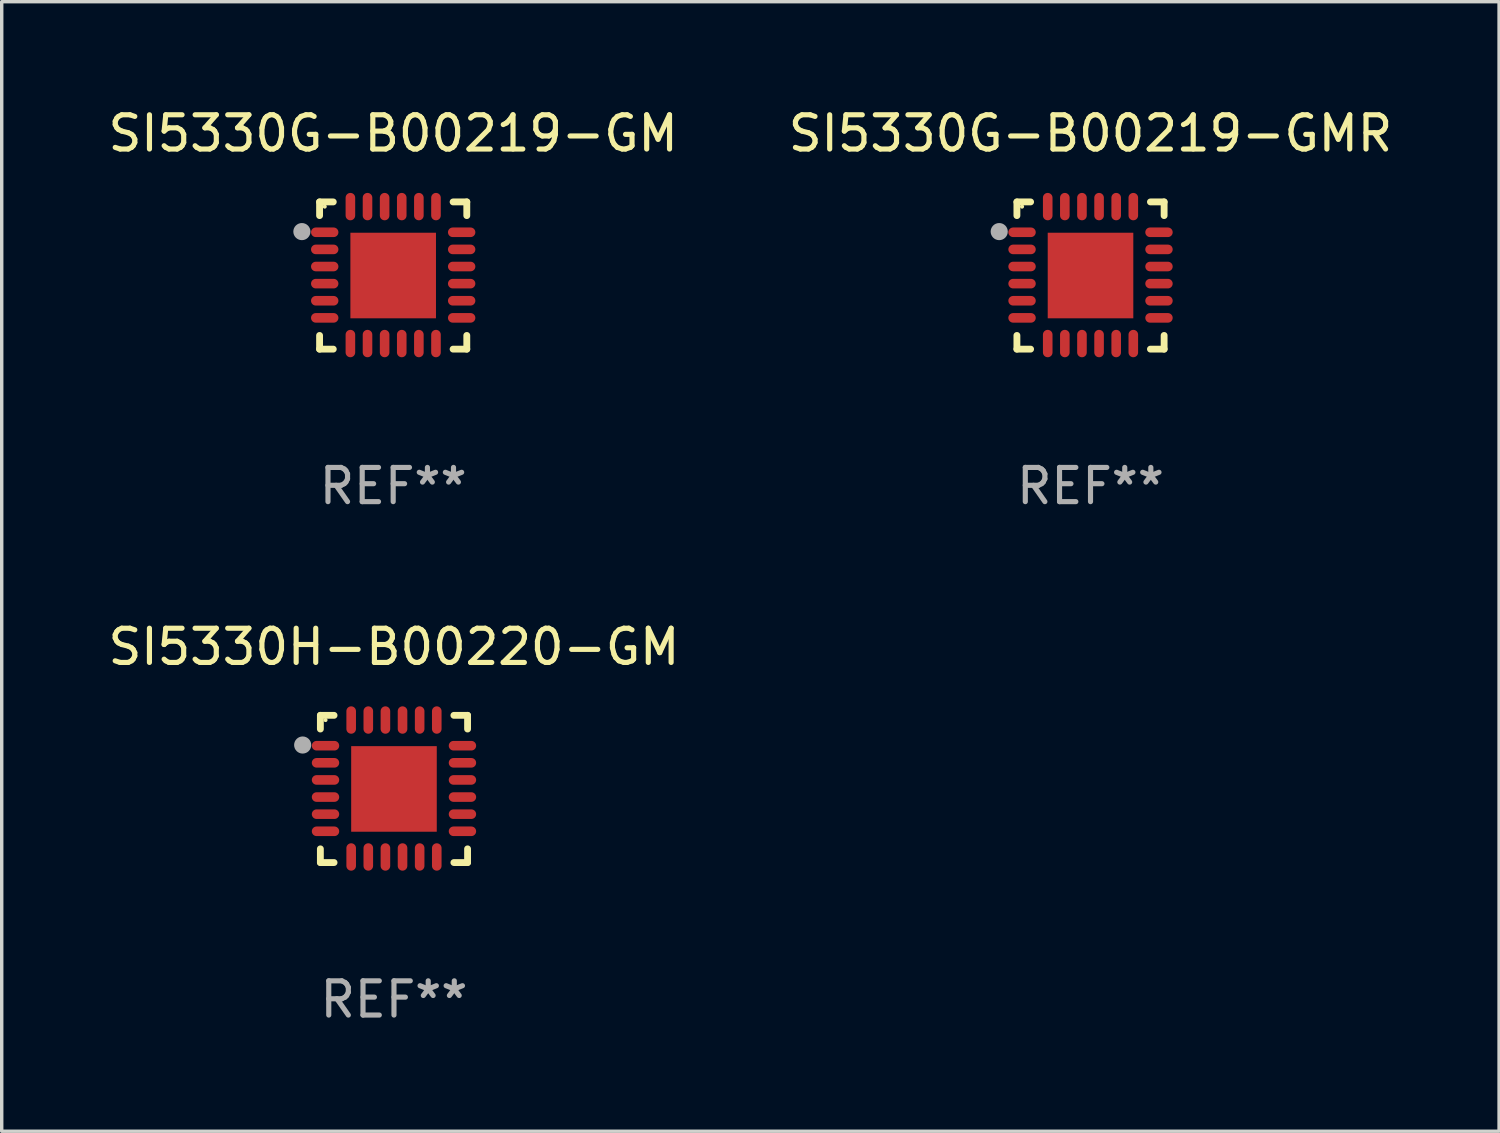
<source format=kicad_pcb>
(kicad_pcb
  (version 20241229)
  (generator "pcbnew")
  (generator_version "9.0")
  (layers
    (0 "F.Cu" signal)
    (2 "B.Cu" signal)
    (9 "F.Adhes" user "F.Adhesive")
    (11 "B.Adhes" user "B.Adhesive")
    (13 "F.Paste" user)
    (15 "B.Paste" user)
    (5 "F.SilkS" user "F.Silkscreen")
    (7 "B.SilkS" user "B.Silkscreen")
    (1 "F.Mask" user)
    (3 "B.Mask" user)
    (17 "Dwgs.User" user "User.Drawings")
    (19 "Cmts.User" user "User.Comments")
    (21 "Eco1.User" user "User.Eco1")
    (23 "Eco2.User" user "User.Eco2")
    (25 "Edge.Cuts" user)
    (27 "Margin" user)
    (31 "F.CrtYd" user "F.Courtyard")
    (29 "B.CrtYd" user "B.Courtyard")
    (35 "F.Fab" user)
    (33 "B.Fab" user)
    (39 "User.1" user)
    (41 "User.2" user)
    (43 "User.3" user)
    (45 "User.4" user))
  (footprint "SI5330H-B00220-GM"
    (layer "F.Cu")
    (at 8.458 19.995)
    (property "Reference" "SI5330H-B00220-GM" (at 0 -4.15 0) (layer "F.SilkS") (effects (font (size 1 1) (thickness 0.15))))
    (attr through_hole)
    (fp_line (start -2.15 -2.15) (end -1.75 -2.15) (stroke (width 0.2) (type solid)) (layer "F.SilkS"))
    (fp_line (start -2.15 -1.75) (end -2.15 -2.15) (stroke (width 0.2) (type solid)) (layer "F.SilkS"))
    (fp_line (start -2.15 2.15) (end -2.15 1.75) (stroke (width 0.2) (type solid)) (layer "F.SilkS"))
    (fp_line (start -1.75 2.15) (end -2.15 2.15) (stroke (width 0.2) (type solid)) (layer "F.SilkS"))
    (fp_line (start 1.75 -2.15) (end 2.15 -2.15) (stroke (width 0.2) (type solid)) (layer "F.SilkS"))
    (fp_line (start 1.75 2.15) (end 2.15 2.15) (stroke (width 0.2) (type solid)) (layer "F.SilkS"))
    (fp_line (start 2.15 -2.15) (end 2.15 -1.75) (stroke (width 0.2) (type solid)) (layer "F.SilkS"))
    (fp_line (start 2.15 2.15) (end 2.15 1.75) (stroke (width 0.2) (type solid)) (layer "F.SilkS"))
    (fp_circle (center -2 -2.013) (end -1.97 -2.013) (stroke (width 0.06) (type solid)) (fill no) (layer "F.SilkS"))
    (fp_circle (center -2.667 -1.283) (end -2.542 -1.283) (stroke (width 0.25) (type solid)) (fill no) (layer "F.Fab"))
    (fp_text user "REF**" (at 0 6.15 0) (layer "F.Fab") (effects (font (size 1 1) (thickness 0.15))))
    (pad "1" smd oval (at -2 -1.263) (size 0.8 0.28) (layers "F.Cu" "F.Mask" "F.Paste"))
    (pad "2" smd oval (at -2 -0.763) (size 0.8 0.28) (layers "F.Cu" "F.Mask" "F.Paste"))
    (pad "3" smd oval (at -2 -0.263) (size 0.8 0.28) (layers "F.Cu" "F.Mask" "F.Paste"))
    (pad "4" smd oval (at -2 0.237) (size 0.8 0.28) (layers "F.Cu" "F.Mask" "F.Paste"))
    (pad "5" smd oval (at -2 0.737) (size 0.8 0.28) (layers "F.Cu" "F.Mask" "F.Paste"))
    (pad "6" smd oval (at -2 1.237) (size 0.8 0.28) (layers "F.Cu" "F.Mask" "F.Paste"))
    (pad "7" smd oval (at -1.25 1.987) (size 0.28 0.8) (layers "F.Cu" "F.Mask" "F.Paste"))
    (pad "8" smd oval (at -0.75 1.987) (size 0.28 0.8) (layers "F.Cu" "F.Mask" "F.Paste"))
    (pad "9" smd oval (at -0.25 1.987) (size 0.28 0.8) (layers "F.Cu" "F.Mask" "F.Paste"))
    (pad "10" smd oval (at 0.25 1.987) (size 0.28 0.8) (layers "F.Cu" "F.Mask" "F.Paste"))
    (pad "11" smd oval (at 0.75 1.987) (size 0.28 0.8) (layers "F.Cu" "F.Mask" "F.Paste"))
    (pad "12" smd oval (at 1.25 1.987) (size 0.28 0.8) (layers "F.Cu" "F.Mask" "F.Paste"))
    (pad "13" smd oval (at 2 1.237) (size 0.8 0.28) (layers "F.Cu" "F.Mask" "F.Paste"))
    (pad "14" smd oval (at 2 0.737) (size 0.8 0.28) (layers "F.Cu" "F.Mask" "F.Paste"))
    (pad "15" smd oval (at 2 0.237) (size 0.8 0.28) (layers "F.Cu" "F.Mask" "F.Paste"))
    (pad "16" smd oval (at 2 -0.263) (size 0.8 0.28) (layers "F.Cu" "F.Mask" "F.Paste"))
    (pad "17" smd oval (at 2 -0.763) (size 0.8 0.28) (layers "F.Cu" "F.Mask" "F.Paste"))
    (pad "18" smd oval (at 2 -1.263) (size 0.8 0.28) (layers "F.Cu" "F.Mask" "F.Paste"))
    (pad "19" smd oval (at 1.25 -2.013) (size 0.28 0.8) (layers "F.Cu" "F.Mask" "F.Paste"))
    (pad "20" smd oval (at 0.75 -2.013) (size 0.28 0.8) (layers "F.Cu" "F.Mask" "F.Paste"))
    (pad "21" smd oval (at 0.25 -2.013) (size 0.28 0.8) (layers "F.Cu" "F.Mask" "F.Paste"))
    (pad "22" smd oval (at -0.25 -2.013) (size 0.28 0.8) (layers "F.Cu" "F.Mask" "F.Paste"))
    (pad "23" smd oval (at -0.75 -2.013) (size 0.28 0.8) (layers "F.Cu" "F.Mask" "F.Paste"))
    (pad "24" smd oval (at -1.25 -2.013) (size 0.28 0.8) (layers "F.Cu" "F.Mask" "F.Paste"))
    (pad "25" smd rect (at -0.000127 -0.00014) (size 2.5 2.5) (layers "F.Cu" "F.Mask" "F.Paste")))
  (footprint "SI5330G-B00219-GMR"
    (layer "F.Cu")
    (at 28.804 4.998)
    (property "Reference" "SI5330G-B00219-GMR" (at 0 -4.15 0) (layer "F.SilkS") (effects (font (size 1 1) (thickness 0.15))))
    (attr through_hole)
    (fp_line (start -2.15 -2.15) (end -1.75 -2.15) (stroke (width 0.2) (type solid)) (layer "F.SilkS"))
    (fp_line (start -2.15 -1.75) (end -2.15 -2.15) (stroke (width 0.2) (type solid)) (layer "F.SilkS"))
    (fp_line (start -2.15 2.15) (end -2.15 1.75) (stroke (width 0.2) (type solid)) (layer "F.SilkS"))
    (fp_line (start -1.75 2.15) (end -2.15 2.15) (stroke (width 0.2) (type solid)) (layer "F.SilkS"))
    (fp_line (start 1.75 -2.15) (end 2.15 -2.15) (stroke (width 0.2) (type solid)) (layer "F.SilkS"))
    (fp_line (start 1.75 2.15) (end 2.15 2.15) (stroke (width 0.2) (type solid)) (layer "F.SilkS"))
    (fp_line (start 2.15 -2.15) (end 2.15 -1.75) (stroke (width 0.2) (type solid)) (layer "F.SilkS"))
    (fp_line (start 2.15 2.15) (end 2.15 1.75) (stroke (width 0.2) (type solid)) (layer "F.SilkS"))
    (fp_circle (center -2 -2.013) (end -1.97 -2.013) (stroke (width 0.06) (type solid)) (fill no) (layer "F.SilkS"))
    (fp_circle (center -2.667 -1.283) (end -2.542 -1.283) (stroke (width 0.25) (type solid)) (fill no) (layer "F.Fab"))
    (fp_text user "REF**" (at 0 6.15 0) (layer "F.Fab") (effects (font (size 1 1) (thickness 0.15))))
    (pad "1" smd oval (at -2 -1.263) (size 0.8 0.28) (layers "F.Cu" "F.Mask" "F.Paste"))
    (pad "2" smd oval (at -2 -0.763) (size 0.8 0.28) (layers "F.Cu" "F.Mask" "F.Paste"))
    (pad "3" smd oval (at -2 -0.263) (size 0.8 0.28) (layers "F.Cu" "F.Mask" "F.Paste"))
    (pad "4" smd oval (at -2 0.237) (size 0.8 0.28) (layers "F.Cu" "F.Mask" "F.Paste"))
    (pad "5" smd oval (at -2 0.737) (size 0.8 0.28) (layers "F.Cu" "F.Mask" "F.Paste"))
    (pad "6" smd oval (at -2 1.237) (size 0.8 0.28) (layers "F.Cu" "F.Mask" "F.Paste"))
    (pad "7" smd oval (at -1.25 1.987) (size 0.28 0.8) (layers "F.Cu" "F.Mask" "F.Paste"))
    (pad "8" smd oval (at -0.75 1.987) (size 0.28 0.8) (layers "F.Cu" "F.Mask" "F.Paste"))
    (pad "9" smd oval (at -0.25 1.987) (size 0.28 0.8) (layers "F.Cu" "F.Mask" "F.Paste"))
    (pad "10" smd oval (at 0.25 1.987) (size 0.28 0.8) (layers "F.Cu" "F.Mask" "F.Paste"))
    (pad "11" smd oval (at 0.75 1.987) (size 0.28 0.8) (layers "F.Cu" "F.Mask" "F.Paste"))
    (pad "12" smd oval (at 1.25 1.987) (size 0.28 0.8) (layers "F.Cu" "F.Mask" "F.Paste"))
    (pad "13" smd oval (at 2 1.237) (size 0.8 0.28) (layers "F.Cu" "F.Mask" "F.Paste"))
    (pad "14" smd oval (at 2 0.737) (size 0.8 0.28) (layers "F.Cu" "F.Mask" "F.Paste"))
    (pad "15" smd oval (at 2 0.237) (size 0.8 0.28) (layers "F.Cu" "F.Mask" "F.Paste"))
    (pad "16" smd oval (at 2 -0.263) (size 0.8 0.28) (layers "F.Cu" "F.Mask" "F.Paste"))
    (pad "17" smd oval (at 2 -0.763) (size 0.8 0.28) (layers "F.Cu" "F.Mask" "F.Paste"))
    (pad "18" smd oval (at 2 -1.263) (size 0.8 0.28) (layers "F.Cu" "F.Mask" "F.Paste"))
    (pad "19" smd oval (at 1.25 -2.013) (size 0.28 0.8) (layers "F.Cu" "F.Mask" "F.Paste"))
    (pad "20" smd oval (at 0.75 -2.013) (size 0.28 0.8) (layers "F.Cu" "F.Mask" "F.Paste"))
    (pad "21" smd oval (at 0.25 -2.013) (size 0.28 0.8) (layers "F.Cu" "F.Mask" "F.Paste"))
    (pad "22" smd oval (at -0.25 -2.013) (size 0.28 0.8) (layers "F.Cu" "F.Mask" "F.Paste"))
    (pad "23" smd oval (at -0.75 -2.013) (size 0.28 0.8) (layers "F.Cu" "F.Mask" "F.Paste"))
    (pad "24" smd oval (at -1.25 -2.013) (size 0.28 0.8) (layers "F.Cu" "F.Mask" "F.Paste"))
    (pad "25" smd rect (at -0.000127 -0.00014) (size 2.5 2.5) (layers "F.Cu" "F.Mask" "F.Paste")))
  (footprint "SI5330G-B00219-GM"
    (layer "F.Cu")
    (at 8.435 4.998)
    (property "Reference" "SI5330G-B00219-GM" (at 0 -4.15 0) (layer "F.SilkS") (effects (font (size 1 1) (thickness 0.15))))
    (attr through_hole)
    (fp_line (start -2.15 -2.15) (end -1.75 -2.15) (stroke (width 0.2) (type solid)) (layer "F.SilkS"))
    (fp_line (start -2.15 -1.75) (end -2.15 -2.15) (stroke (width 0.2) (type solid)) (layer "F.SilkS"))
    (fp_line (start -2.15 2.15) (end -2.15 1.75) (stroke (width 0.2) (type solid)) (layer "F.SilkS"))
    (fp_line (start -1.75 2.15) (end -2.15 2.15) (stroke (width 0.2) (type solid)) (layer "F.SilkS"))
    (fp_line (start 1.75 -2.15) (end 2.15 -2.15) (stroke (width 0.2) (type solid)) (layer "F.SilkS"))
    (fp_line (start 1.75 2.15) (end 2.15 2.15) (stroke (width 0.2) (type solid)) (layer "F.SilkS"))
    (fp_line (start 2.15 -2.15) (end 2.15 -1.75) (stroke (width 0.2) (type solid)) (layer "F.SilkS"))
    (fp_line (start 2.15 2.15) (end 2.15 1.75) (stroke (width 0.2) (type solid)) (layer "F.SilkS"))
    (fp_circle (center -2 -2.013) (end -1.97 -2.013) (stroke (width 0.06) (type solid)) (fill no) (layer "F.SilkS"))
    (fp_circle (center -2.667 -1.283) (end -2.542 -1.283) (stroke (width 0.25) (type solid)) (fill no) (layer "F.Fab"))
    (fp_text user "REF**" (at 0 6.15 0) (layer "F.Fab") (effects (font (size 1 1) (thickness 0.15))))
    (pad "1" smd oval (at -2 -1.263) (size 0.8 0.28) (layers "F.Cu" "F.Mask" "F.Paste"))
    (pad "2" smd oval (at -2 -0.763) (size 0.8 0.28) (layers "F.Cu" "F.Mask" "F.Paste"))
    (pad "3" smd oval (at -2 -0.263) (size 0.8 0.28) (layers "F.Cu" "F.Mask" "F.Paste"))
    (pad "4" smd oval (at -2 0.237) (size 0.8 0.28) (layers "F.Cu" "F.Mask" "F.Paste"))
    (pad "5" smd oval (at -2 0.737) (size 0.8 0.28) (layers "F.Cu" "F.Mask" "F.Paste"))
    (pad "6" smd oval (at -2 1.237) (size 0.8 0.28) (layers "F.Cu" "F.Mask" "F.Paste"))
    (pad "7" smd oval (at -1.25 1.987) (size 0.28 0.8) (layers "F.Cu" "F.Mask" "F.Paste"))
    (pad "8" smd oval (at -0.75 1.987) (size 0.28 0.8) (layers "F.Cu" "F.Mask" "F.Paste"))
    (pad "9" smd oval (at -0.25 1.987) (size 0.28 0.8) (layers "F.Cu" "F.Mask" "F.Paste"))
    (pad "10" smd oval (at 0.25 1.987) (size 0.28 0.8) (layers "F.Cu" "F.Mask" "F.Paste"))
    (pad "11" smd oval (at 0.75 1.987) (size 0.28 0.8) (layers "F.Cu" "F.Mask" "F.Paste"))
    (pad "12" smd oval (at 1.25 1.987) (size 0.28 0.8) (layers "F.Cu" "F.Mask" "F.Paste"))
    (pad "13" smd oval (at 2 1.237) (size 0.8 0.28) (layers "F.Cu" "F.Mask" "F.Paste"))
    (pad "14" smd oval (at 2 0.737) (size 0.8 0.28) (layers "F.Cu" "F.Mask" "F.Paste"))
    (pad "15" smd oval (at 2 0.237) (size 0.8 0.28) (layers "F.Cu" "F.Mask" "F.Paste"))
    (pad "16" smd oval (at 2 -0.263) (size 0.8 0.28) (layers "F.Cu" "F.Mask" "F.Paste"))
    (pad "17" smd oval (at 2 -0.763) (size 0.8 0.28) (layers "F.Cu" "F.Mask" "F.Paste"))
    (pad "18" smd oval (at 2 -1.263) (size 0.8 0.28) (layers "F.Cu" "F.Mask" "F.Paste"))
    (pad "19" smd oval (at 1.25 -2.013) (size 0.28 0.8) (layers "F.Cu" "F.Mask" "F.Paste"))
    (pad "20" smd oval (at 0.75 -2.013) (size 0.28 0.8) (layers "F.Cu" "F.Mask" "F.Paste"))
    (pad "21" smd oval (at 0.25 -2.013) (size 0.28 0.8) (layers "F.Cu" "F.Mask" "F.Paste"))
    (pad "22" smd oval (at -0.25 -2.013) (size 0.28 0.8) (layers "F.Cu" "F.Mask" "F.Paste"))
    (pad "23" smd oval (at -0.75 -2.013) (size 0.28 0.8) (layers "F.Cu" "F.Mask" "F.Paste"))
    (pad "24" smd oval (at -1.25 -2.013) (size 0.28 0.8) (layers "F.Cu" "F.Mask" "F.Paste"))
    (pad "25" smd rect (at -0.000127 -0.00014) (size 2.5 2.5) (layers "F.Cu" "F.Mask" "F.Paste")))
  (gr_rect
    (start -3 -3)
    (end 40.738 29.993)
    (stroke (width 0.1) (type default))
    (fill no)
    (layer "Edge.Cuts")))
</source>
